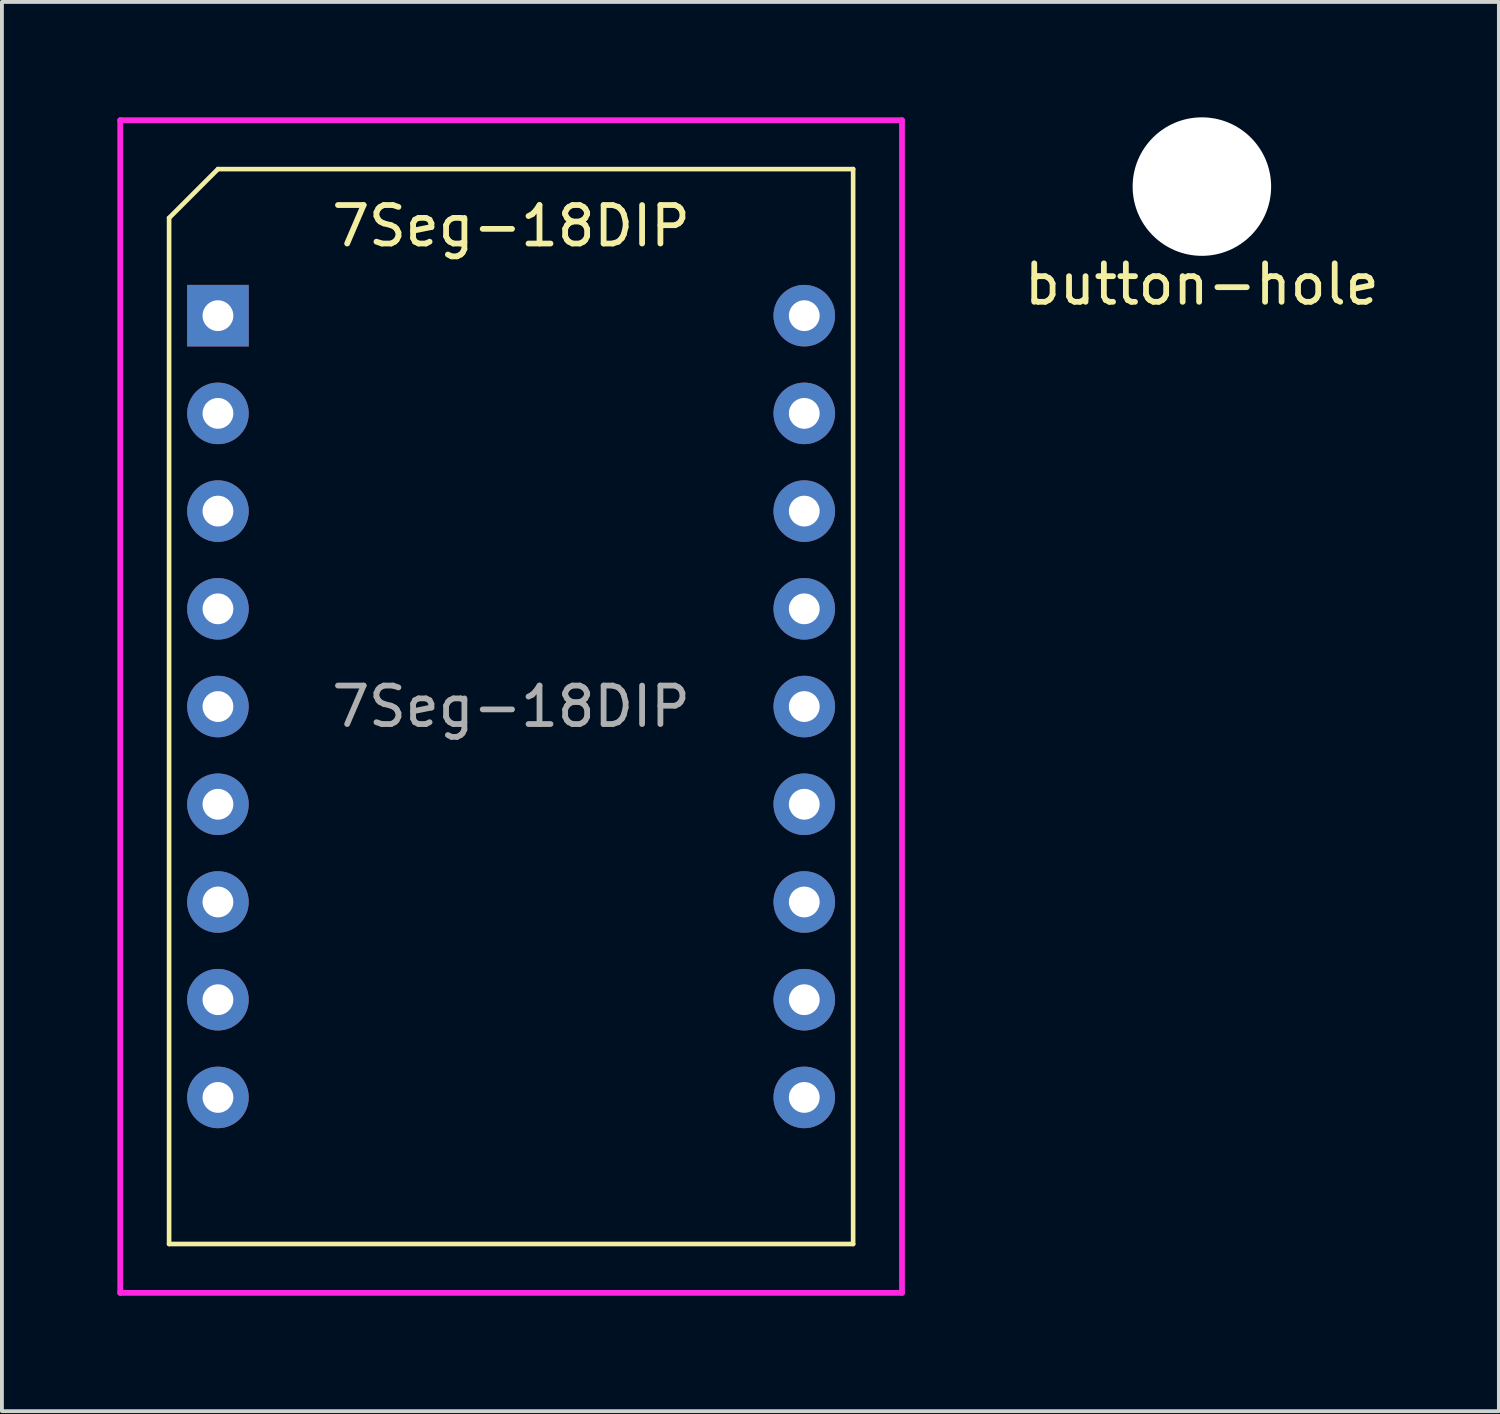
<source format=kicad_pcb>
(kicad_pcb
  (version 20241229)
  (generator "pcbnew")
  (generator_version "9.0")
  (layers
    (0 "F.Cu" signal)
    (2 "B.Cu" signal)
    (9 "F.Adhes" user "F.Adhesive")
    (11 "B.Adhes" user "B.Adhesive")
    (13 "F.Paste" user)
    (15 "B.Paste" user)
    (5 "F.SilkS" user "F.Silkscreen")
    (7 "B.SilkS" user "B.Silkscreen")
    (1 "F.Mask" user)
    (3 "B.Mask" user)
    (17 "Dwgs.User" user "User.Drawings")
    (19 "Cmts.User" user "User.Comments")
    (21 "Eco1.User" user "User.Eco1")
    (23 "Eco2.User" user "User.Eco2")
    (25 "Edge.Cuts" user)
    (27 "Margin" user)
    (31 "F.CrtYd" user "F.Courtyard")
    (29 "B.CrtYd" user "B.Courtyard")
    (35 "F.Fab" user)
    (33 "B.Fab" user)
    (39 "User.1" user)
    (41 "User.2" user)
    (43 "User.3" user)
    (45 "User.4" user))
  (footprint "button-hole"
    (layer "F.Cu")
    (at 28.19 1.8)
    (property "Reference" "button-hole" (at 0 2.54 0) (layer "F.SilkS") (effects (font (size 1 1) (thickness 0.15))))
    (attr through_hole)
    (pad "" np_thru_hole circle (at 0 0) (size 3.6 3.6) (drill 3.6) (layers "*.Cu" "*.Mask")))
  (footprint "7Seg-18DIP"
    (layer "F.Cu")
    (at 2.615 5.155)
    (property "Reference" "7Seg-18DIP" (at 7.62 -2.33 0) (layer "F.SilkS") (effects (font (size 1 1) (thickness 0.15))))
    (attr through_hole)
    (fp_line (start -1.27 -2.54) (end -1.27 24.13) (stroke (width 0.12) (type solid)) (layer "F.SilkS"))
    (fp_line (start -1.27 24.13) (end 16.51 24.13) (stroke (width 0.12) (type solid)) (layer "F.SilkS"))
    (fp_line (start 0 -3.81) (end -1.27 -2.54) (stroke (width 0.12) (type solid)) (layer "F.SilkS"))
    (fp_line (start 16.51 -3.81) (end 0 -3.81) (stroke (width 0.12) (type solid)) (layer "F.SilkS"))
    (fp_line (start 16.51 24.13) (end 16.51 -3.81) (stroke (width 0.12) (type solid)) (layer "F.SilkS"))
    (fp_line (start -2.54 -5.08) (end 17.78 -5.08) (stroke (width 0.15) (type solid)) (layer "F.CrtYd"))
    (fp_line (start -2.54 25.4) (end -2.54 -5.08) (stroke (width 0.15) (type solid)) (layer "F.CrtYd"))
    (fp_line (start 17.78 -5.08) (end 17.78 25.4) (stroke (width 0.15) (type solid)) (layer "F.CrtYd"))
    (fp_line (start 17.78 25.4) (end -2.54 25.4) (stroke (width 0.15) (type solid)) (layer "F.CrtYd"))
    (fp_text user "${REFERENCE}" (at 7.62 10.16 0) (layer "F.Fab") (effects (font (size 1 1) (thickness 0.15))))
    (pad "1" thru_hole rect (at 0 0) (size 1.6 1.6) (drill 0.8) (layers "*.Cu" "*.Mask"))
    (pad "2" thru_hole oval (at 0 2.54) (size 1.6 1.6) (drill 0.8) (layers "*.Cu" "*.Mask"))
    (pad "3" thru_hole oval (at 0 5.08) (size 1.6 1.6) (drill 0.8) (layers "*.Cu" "*.Mask"))
    (pad "4" thru_hole oval (at 0 7.62) (size 1.6 1.6) (drill 0.8) (layers "*.Cu" "*.Mask"))
    (pad "5" thru_hole oval (at 0 10.16) (size 1.6 1.6) (drill 0.8) (layers "*.Cu" "*.Mask"))
    (pad "6" thru_hole oval (at 0 12.7) (size 1.6 1.6) (drill 0.8) (layers "*.Cu" "*.Mask"))
    (pad "7" thru_hole oval (at 0 15.24) (size 1.6 1.6) (drill 0.8) (layers "*.Cu" "*.Mask"))
    (pad "8" thru_hole oval (at 0 17.78) (size 1.6 1.6) (drill 0.8) (layers "*.Cu" "*.Mask"))
    (pad "9" thru_hole oval (at 0 20.32) (size 1.6 1.6) (drill 0.8) (layers "*.Cu" "*.Mask"))
    (pad "10" thru_hole oval (at 15.24 20.32) (size 1.6 1.6) (drill 0.8) (layers "*.Cu" "*.Mask"))
    (pad "11" thru_hole oval (at 15.24 17.78) (size 1.6 1.6) (drill 0.8) (layers "*.Cu" "*.Mask"))
    (pad "12" thru_hole oval (at 15.24 15.24) (size 1.6 1.6) (drill 0.8) (layers "*.Cu" "*.Mask"))
    (pad "13" thru_hole oval (at 15.24 12.7) (size 1.6 1.6) (drill 0.8) (layers "*.Cu" "*.Mask"))
    (pad "14" thru_hole oval (at 15.24 10.16) (size 1.6 1.6) (drill 0.8) (layers "*.Cu" "*.Mask"))
    (pad "15" thru_hole oval (at 15.24 7.62) (size 1.6 1.6) (drill 0.8) (layers "*.Cu" "*.Mask"))
    (pad "16" thru_hole oval (at 15.24 5.08) (size 1.6 1.6) (drill 0.8) (layers "*.Cu" "*.Mask"))
    (pad "17" thru_hole oval (at 15.24 2.54) (size 1.6 1.6) (drill 0.8) (layers "*.Cu" "*.Mask"))
    (pad "18" thru_hole oval (at 15.24 0) (size 1.6 1.6) (drill 0.8) (layers "*.Cu" "*.Mask")))
  (gr_rect
    (start -3 -3)
    (end 35.91 33.63)
    (stroke (width 0.1) (type default))
    (fill no)
    (layer "Edge.Cuts")))
</source>
